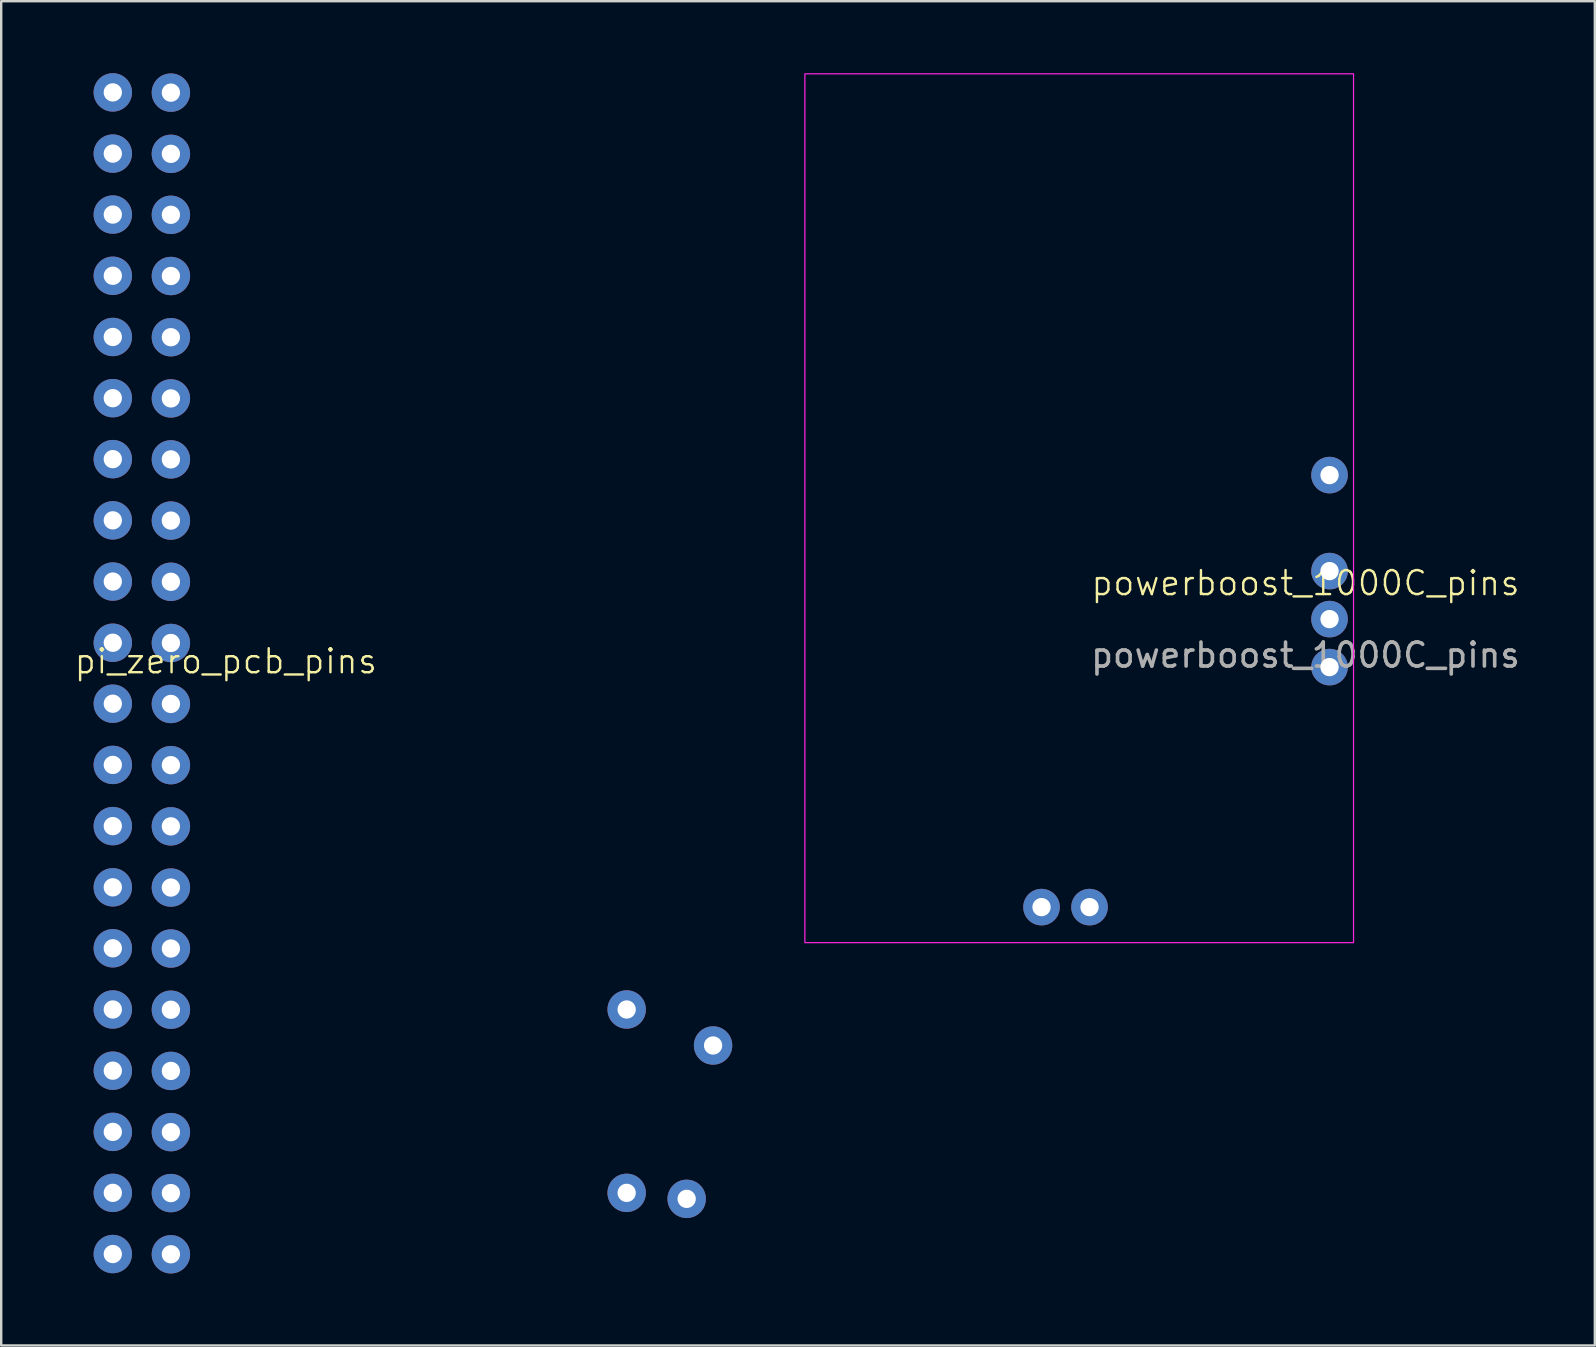
<source format=kicad_pcb>
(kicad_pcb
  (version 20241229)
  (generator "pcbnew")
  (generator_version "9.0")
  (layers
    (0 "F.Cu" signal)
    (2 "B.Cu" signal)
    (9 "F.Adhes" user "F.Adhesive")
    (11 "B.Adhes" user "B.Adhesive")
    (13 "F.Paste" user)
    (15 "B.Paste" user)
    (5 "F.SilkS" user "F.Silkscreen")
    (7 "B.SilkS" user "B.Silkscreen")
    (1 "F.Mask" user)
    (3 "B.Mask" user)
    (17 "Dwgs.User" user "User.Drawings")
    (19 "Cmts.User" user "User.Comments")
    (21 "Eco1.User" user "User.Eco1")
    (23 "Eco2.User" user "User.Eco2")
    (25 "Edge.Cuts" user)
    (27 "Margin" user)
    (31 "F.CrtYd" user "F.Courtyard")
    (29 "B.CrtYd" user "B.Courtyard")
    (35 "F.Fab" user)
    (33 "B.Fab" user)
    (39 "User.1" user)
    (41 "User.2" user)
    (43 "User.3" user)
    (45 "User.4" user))
  (footprint "powerboost_1000C_pins"
    (layer "F.Cu")
    (at 32.345 21.745)
    (property "Reference" "powerboost_1000C_pins" (at 19 -0.5 0) (unlocked yes) (layer "F.SilkS") (effects (font (size 1 1) (thickness 0.1))))
    (attr through_hole)
    (fp_rect (start 21 -21.72) (end -1.86 14.48) (stroke (width 0.05) (type default)) (fill no) (layer "F.CrtYd"))
    (fp_text user "${REFERENCE}" (at 19 2.5 0) (unlocked yes) (layer "F.Fab") (effects (font (size 1 1) (thickness 0.15))))
    (pad "1" thru_hole circle (at 20 -5) (size 1.524 1.524) (drill 0.762) (layers "*.Cu" "*.Mask"))
    (pad "2" thru_hole circle (at 20 -1) (size 1.524 1.524) (drill 0.762) (layers "*.Cu" "*.Mask"))
    (pad "3" thru_hole circle (at 20 1) (size 1.524 1.524) (drill 0.762) (layers "*.Cu" "*.Mask"))
    (pad "4" thru_hole circle (at 20 3) (size 1.524 1.524) (drill 0.762) (layers "*.Cu" "*.Mask"))
    (pad "5" thru_hole circle (at 10 13) (size 1.524 1.524) (drill 0.762) (layers "*.Cu" "*.Mask"))
    (pad "6" thru_hole circle (at 8 13) (size 1.524 1.524) (drill 0.762) (layers "*.Cu" "*.Mask")))
  (footprint "pi_zero_pcb_pins"
    (layer "F.Cu")
    (at 2.86 25)
    (property "Reference" "pi_zero_pcb_pins" (at 3.5 -0.5 0) (unlocked yes) (layer "F.SilkS") (effects (font (size 1 1) (thickness 0.1))))
    (attr through_hole)
    (pad "1" thru_hole circle (at -1.21 -24.2) (size 1.6 1.6) (drill 0.762) (layers "*.Cu" "*.Mask"))
    (pad "2" thru_hole circle (at 1.21 -24.19) (size 1.6 1.6) (drill 0.762) (layers "*.Cu" "*.Mask"))
    (pad "3" thru_hole circle (at -1.21 -21.65) (size 1.6 1.6) (drill 0.762) (layers "*.Cu" "*.Mask"))
    (pad "4" thru_hole circle (at 1.21 -21.64) (size 1.6 1.6) (drill 0.762) (layers "*.Cu" "*.Mask"))
    (pad "5" thru_hole circle (at -1.21 -19.11) (size 1.6 1.6) (drill 0.762) (layers "*.Cu" "*.Mask"))
    (pad "6" thru_hole circle (at 1.21 -19.1) (size 1.6 1.6) (drill 0.762) (layers "*.Cu" "*.Mask"))
    (pad "7" thru_hole circle (at -1.21 -16.56) (size 1.6 1.6) (drill 0.762) (layers "*.Cu" "*.Mask"))
    (pad "8" thru_hole circle (at 1.21 -16.55) (size 1.6 1.6) (drill 0.762) (layers "*.Cu" "*.Mask"))
    (pad "9" thru_hole circle (at -1.21 -14.01) (size 1.6 1.6) (drill 0.762) (layers "*.Cu" "*.Mask"))
    (pad "10" thru_hole circle (at 1.21 -14) (size 1.6 1.6) (drill 0.762) (layers "*.Cu" "*.Mask"))
    (pad "11" thru_hole circle (at -1.21 -11.46) (size 1.6 1.6) (drill 0.762) (layers "*.Cu" "*.Mask"))
    (pad "12" thru_hole circle (at 1.21 -11.45) (size 1.6 1.6) (drill 0.762) (layers "*.Cu" "*.Mask"))
    (pad "13" thru_hole circle (at -1.21 -8.92) (size 1.6 1.6) (drill 0.762) (layers "*.Cu" "*.Mask"))
    (pad "14" thru_hole circle (at 1.21 -8.91) (size 1.6 1.6) (drill 0.762) (layers "*.Cu" "*.Mask"))
    (pad "15" thru_hole circle (at -1.21 -6.37) (size 1.6 1.6) (drill 0.762) (layers "*.Cu" "*.Mask"))
    (pad "16" thru_hole circle (at 1.21 -6.36) (size 1.6 1.6) (drill 0.762) (layers "*.Cu" "*.Mask"))
    (pad "17" thru_hole circle (at -1.21 -3.82) (size 1.6 1.6) (drill 0.762) (layers "*.Cu" "*.Mask"))
    (pad "18" thru_hole circle (at 1.21 -3.81) (size 1.6 1.6) (drill 0.762) (layers "*.Cu" "*.Mask"))
    (pad "19" thru_hole circle (at -1.21 -1.27) (size 1.6 1.6) (drill 0.762) (layers "*.Cu" "*.Mask"))
    (pad "20" thru_hole circle (at 1.21 -1.26) (size 1.6 1.6) (drill 0.762) (layers "*.Cu" "*.Mask"))
    (pad "21" thru_hole circle (at -1.21 1.27) (size 1.6 1.6) (drill 0.762) (layers "*.Cu" "*.Mask"))
    (pad "22" thru_hole circle (at 1.21 1.28) (size 1.6 1.6) (drill 0.762) (layers "*.Cu" "*.Mask"))
    (pad "23" thru_hole circle (at -1.21 3.82) (size 1.6 1.6) (drill 0.762) (layers "*.Cu" "*.Mask"))
    (pad "24" thru_hole circle (at 1.21 3.83) (size 1.6 1.6) (drill 0.762) (layers "*.Cu" "*.Mask"))
    (pad "25" thru_hole circle (at -1.21 6.37) (size 1.6 1.6) (drill 0.762) (layers "*.Cu" "*.Mask"))
    (pad "26" thru_hole circle (at 1.21 6.38) (size 1.6 1.6) (drill 0.762) (layers "*.Cu" "*.Mask"))
    (pad "27" thru_hole circle (at -1.21 8.92) (size 1.6 1.6) (drill 0.762) (layers "*.Cu" "*.Mask"))
    (pad "28" thru_hole circle (at 1.21 8.93) (size 1.6 1.6) (drill 0.762) (layers "*.Cu" "*.Mask"))
    (pad "29" thru_hole circle (at -1.21 11.46) (size 1.6 1.6) (drill 0.762) (layers "*.Cu" "*.Mask"))
    (pad "30" thru_hole circle (at 1.21 11.47) (size 1.6 1.6) (drill 0.762) (layers "*.Cu" "*.Mask"))
    (pad "31" thru_hole circle (at -1.21 14.01) (size 1.6 1.6) (drill 0.762) (layers "*.Cu" "*.Mask"))
    (pad "32" thru_hole circle (at 1.21 14.02) (size 1.6 1.6) (drill 0.762) (layers "*.Cu" "*.Mask"))
    (pad "33" thru_hole circle (at -1.21 16.56) (size 1.6 1.6) (drill 0.762) (layers "*.Cu" "*.Mask"))
    (pad "34" thru_hole circle (at 1.21 16.57) (size 1.6 1.6) (drill 0.762) (layers "*.Cu" "*.Mask"))
    (pad "35" thru_hole circle (at -1.21 19.11) (size 1.6 1.6) (drill 0.762) (layers "*.Cu" "*.Mask"))
    (pad "36" thru_hole circle (at 1.21 19.12) (size 1.6 1.6) (drill 0.762) (layers "*.Cu" "*.Mask"))
    (pad "37" thru_hole circle (at -1.21 21.65) (size 1.6 1.6) (drill 0.762) (layers "*.Cu" "*.Mask"))
    (pad "38" thru_hole circle (at 1.21 21.66) (size 1.6 1.6) (drill 0.762) (layers "*.Cu" "*.Mask"))
    (pad "39" thru_hole circle (at -1.21 24.2) (size 1.6 1.6) (drill 0.762) (layers "*.Cu" "*.Mask"))
    (pad "40" thru_hole circle (at 1.21 24.21) (size 1.6 1.6) (drill 0.762) (layers "*.Cu" "*.Mask"))
    (pad "41" thru_hole circle (at 20.2 14.01) (size 1.6 1.6) (drill 0.762) (layers "*.Cu" "*.Mask"))
    (pad "42" thru_hole circle (at 23.8 15.51) (size 1.6 1.6) (drill 0.762) (layers "*.Cu" "*.Mask"))
    (pad "43" thru_hole circle (at 20.2 21.65) (size 1.6 1.6) (drill 0.762) (layers "*.Cu" "*.Mask"))
    (pad "44" thru_hole circle (at 22.7 21.9) (size 1.6 1.6) (drill 0.762) (layers "*.Cu" "*.Mask")))
  (gr_rect
    (start -3 -3)
    (end 63.398 53.01)
    (stroke (width 0.1) (type default))
    (fill no)
    (layer "Edge.Cuts")))
</source>
